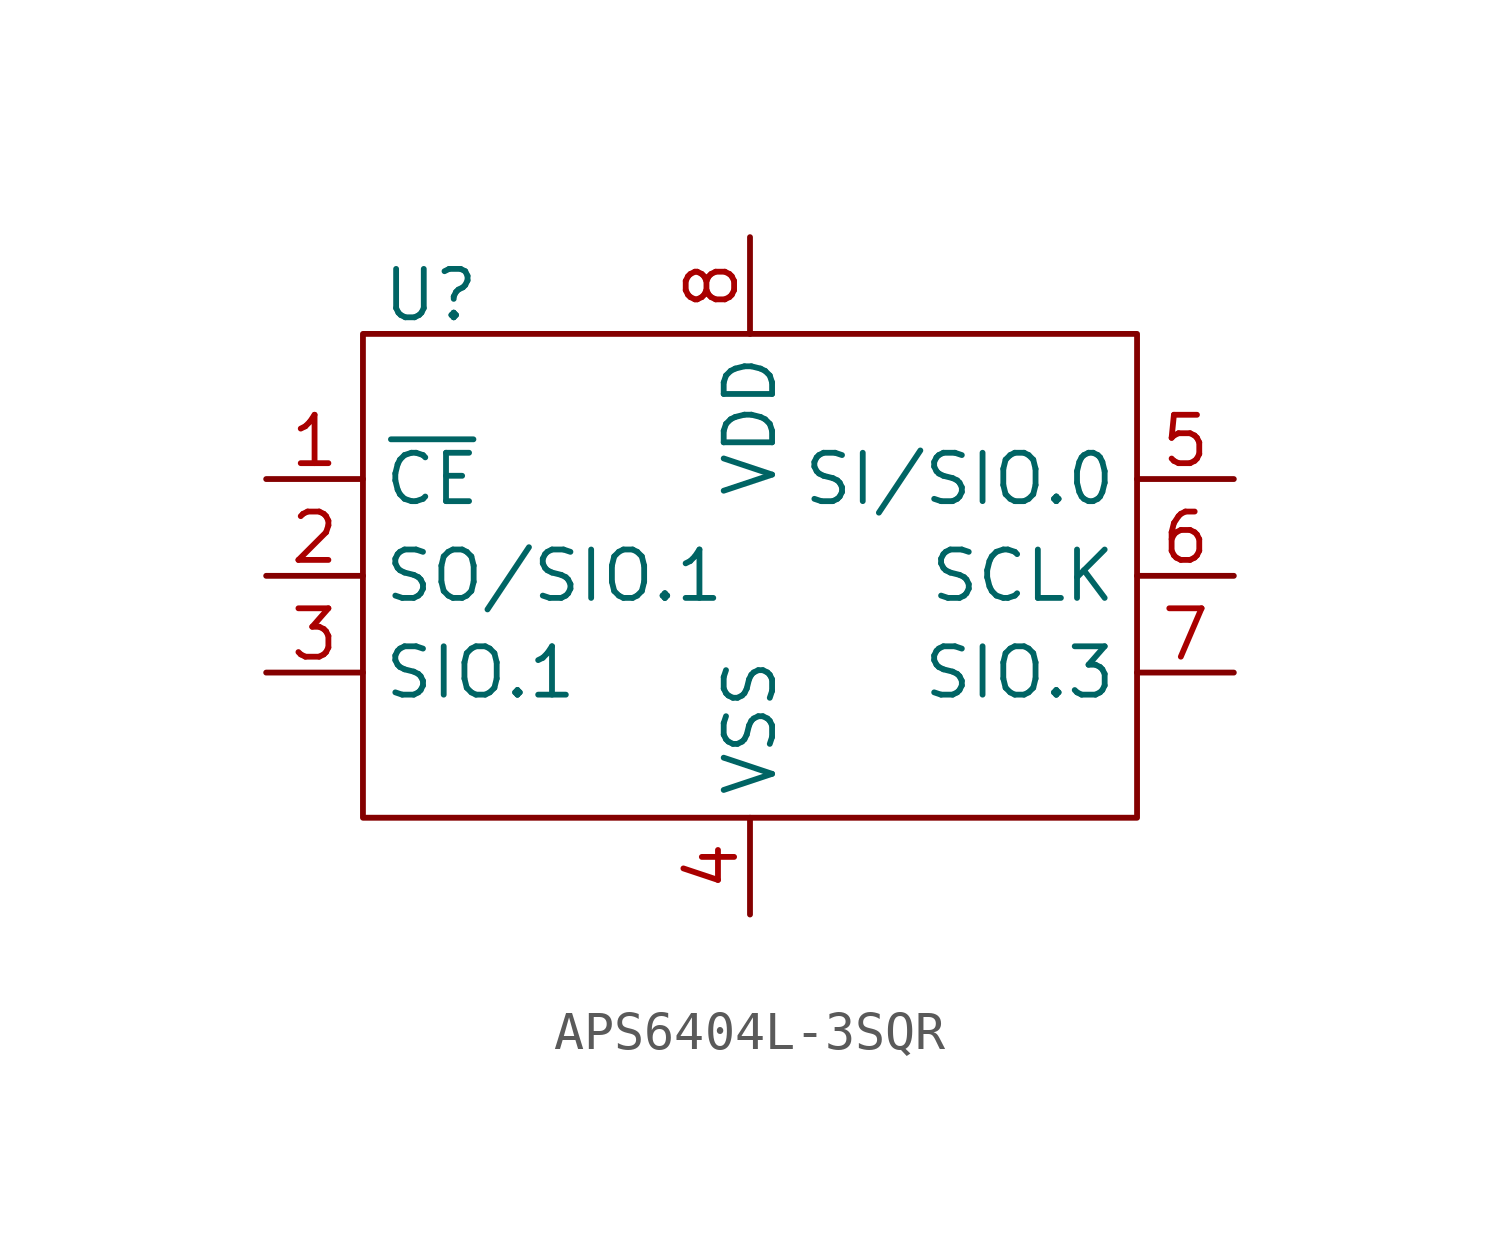
<source format=kicad_sym>
(kicad_symbol_lib
  (version 20231120)
  (generator "kicad_symbol_editor")
  (generator_version "8.0")
  (symbol "APS6404L-3SQR"
    (property "Reference" "U"
      (at -8.382 12.446 0)
      (effects (font (size 1.27 1.27))))
    (property "Value" ""
      (at 0 0 0)
      (effects (font (size 1.27 1.27))))
    (symbol "APS6404L-3SQR_0_1"
      (rectangle (start -10.16 11.43) (end 10.16 -1.27) (stroke (width 0) (type default)) (fill (type none))))
    (symbol "APS6404L-3SQR_1_1"
      (pin input line (at -12.7 7.62 0) (length 2.54) (name "~{CE}" (effects (font (size 1.27 1.27)))) (number "1" (effects (font (size 1.27 1.27)))))
      (pin input line (at -12.7 5.08 0) (length 2.54) (name "SO/SIO.1" (effects (font (size 1.27 1.27)))) (number "2" (effects (font (size 1.27 1.27)))))
      (pin input line (at -12.7 2.54 0) (length 2.54) (name "SIO.1" (effects (font (size 1.27 1.27)))) (number "3" (effects (font (size 1.27 1.27)))))
      (pin input line (at 0 -3.81 90) (length 2.54) (name "VSS" (effects (font (size 1.27 1.27)))) (number "4" (effects (font (size 1.27 1.27)))))
      (pin input line (at 12.7 7.62 180) (length 2.54) (name "SI/SIO.0" (effects (font (size 1.27 1.27)))) (number "5" (effects (font (size 1.27 1.27)))))
      (pin input line (at 12.7 5.08 180) (length 2.54) (name "SCLK" (effects (font (size 1.27 1.27)))) (number "6" (effects (font (size 1.27 1.27)))))
      (pin input line (at 12.7 2.54 180) (length 2.54) (name "SIO.3" (effects (font (size 1.27 1.27)))) (number "7" (effects (font (size 1.27 1.27)))))
      (pin input line (at 0 13.97 270) (length 2.54) (name "VDD" (effects (font (size 1.27 1.27)))) (number "8" (effects (font (size 1.27 1.27))))))))
</source>
